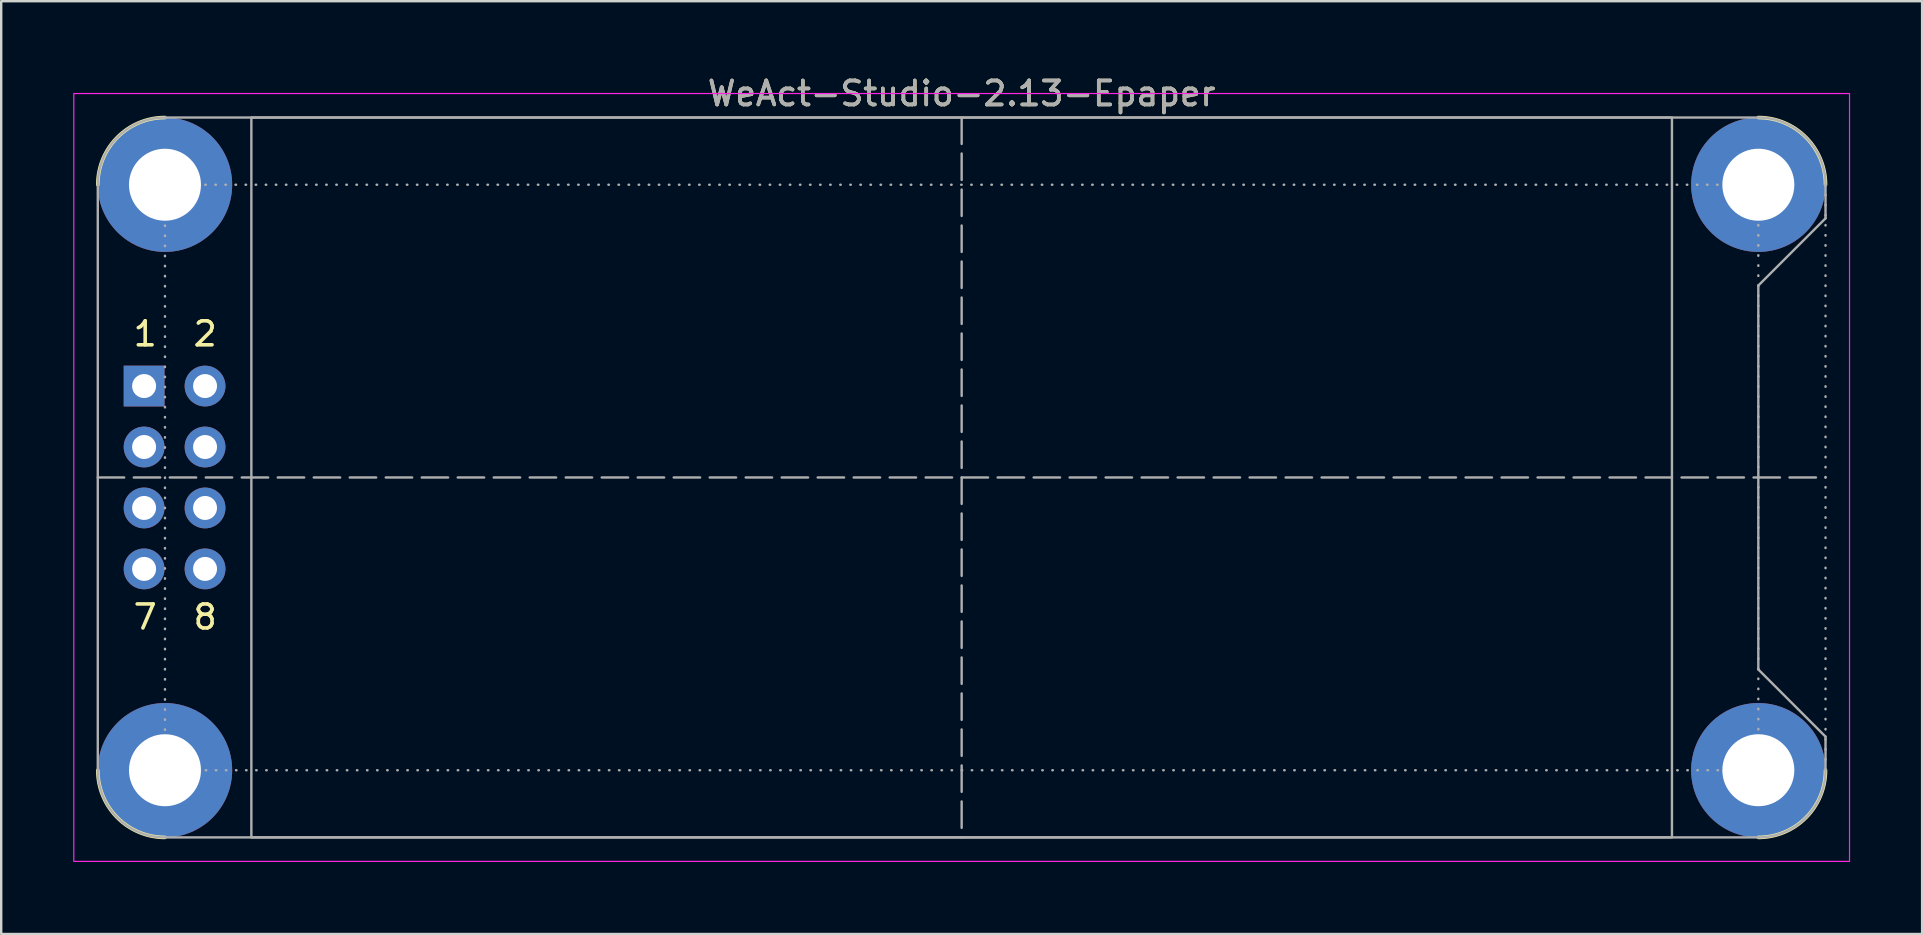
<source format=kicad_pcb>
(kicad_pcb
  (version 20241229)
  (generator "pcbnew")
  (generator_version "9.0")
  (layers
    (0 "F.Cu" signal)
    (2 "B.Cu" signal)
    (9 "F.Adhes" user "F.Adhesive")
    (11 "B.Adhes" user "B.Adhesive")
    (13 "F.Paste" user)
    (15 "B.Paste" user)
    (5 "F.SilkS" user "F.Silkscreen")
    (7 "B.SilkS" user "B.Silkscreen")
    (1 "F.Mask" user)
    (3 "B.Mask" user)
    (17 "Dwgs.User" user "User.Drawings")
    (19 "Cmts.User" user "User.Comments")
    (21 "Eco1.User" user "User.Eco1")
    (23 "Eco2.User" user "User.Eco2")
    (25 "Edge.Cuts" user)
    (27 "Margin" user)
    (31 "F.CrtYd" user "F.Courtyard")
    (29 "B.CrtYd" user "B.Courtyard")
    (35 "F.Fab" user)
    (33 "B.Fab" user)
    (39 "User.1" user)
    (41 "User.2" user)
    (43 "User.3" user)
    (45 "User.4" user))
  (footprint "WeAct-Studio-2.13-Epaper"
    (layer "F.Cu")
    (at 1.025 1.848)
    (property "Reference" "WeAct-Studio-2.13-Epaper" (at 36 -1 0) (unlocked yes) (layer "F.SilkS") (effects (font (size 1 1) (thickness 0.15))))
    (attr through_hole)
    (fp_arc (start 0 2.800001) (mid 0.820101 0.820102) (end 2.8 0.000001) (stroke (width 0.15) (type solid)) (layer "F.SilkS"))
    (fp_arc (start 2.8 30) (mid 0.820101 29.179899) (end 0 27.2) (stroke (width 0.15) (type solid)) (layer "F.SilkS"))
    (fp_arc (start 69.2 0) (mid 71.179899 0.820101) (end 72 2.8) (stroke (width 0.15) (type solid)) (layer "F.SilkS"))
    (fp_arc (start 71.999999 27.2) (mid 71.179898 29.179899) (end 69.199999 30) (stroke (width 0.15) (type solid)) (layer "F.SilkS"))
    (fp_rect (start -1 -1) (end 73 31) (stroke (width 0.05) (type default)) (fill no) (layer "F.CrtYd"))
    (fp_line (start 0 15) (end 72 15) (stroke (width 0.1) (type dash)) (layer "F.Fab"))
    (fp_line (start 0 27.2) (end 0 2.8) (stroke (width 0.1) (type default)) (layer "F.Fab"))
    (fp_line (start 2.8 0) (end 69.2 0) (stroke (width 0.1) (type default)) (layer "F.Fab"))
    (fp_line (start 36 0) (end 36 30) (stroke (width 0.1) (type dash)) (layer "F.Fab"))
    (fp_line (start 69.2 7) (end 69.2 23) (stroke (width 0.1) (type default)) (layer "F.Fab"))
    (fp_line (start 69.2 7) (end 72 4.2) (stroke (width 0.1) (type default)) (layer "F.Fab"))
    (fp_line (start 69.2 23) (end 72 25.8) (stroke (width 0.1) (type default)) (layer "F.Fab"))
    (fp_line (start 69.2 30) (end 2.8 30) (stroke (width 0.1) (type default)) (layer "F.Fab"))
    (fp_line (start 72 2.8) (end 72 4.2) (stroke (width 0.1) (type default)) (layer "F.Fab"))
    (fp_line (start 72 2.8) (end 72 27.2) (stroke (width 0.1) (type dot)) (layer "F.Fab"))
    (fp_line (start 72 25.8) (end 72 27.2) (stroke (width 0.1) (type default)) (layer "F.Fab"))
    (fp_rect (start 2.8 2.8) (end 69.2 27.2) (stroke (width 0.1) (type dot)) (fill no) (layer "F.Fab"))
    (fp_rect (start 6.4 0) (end 65.6 30) (stroke (width 0.1) (type solid)) (fill no) (layer "F.Fab"))
    (fp_arc (start 0 2.8) (mid 0.820101 0.820101) (end 2.8 0) (stroke (width 0.1) (type solid)) (layer "F.Fab"))
    (fp_arc (start 2.8 30) (mid 0.820101 29.179899) (end 0 27.2) (stroke (width 0.1) (type solid)) (layer "F.Fab"))
    (fp_arc (start 69.2 0) (mid 71.179899 0.820101) (end 72 2.8) (stroke (width 0.1) (type solid)) (layer "F.Fab"))
    (fp_arc (start 72 27.2) (mid 71.179899 29.179899) (end 69.2 30) (stroke (width 0.1) (type solid)) (layer "F.Fab"))
    (fp_text user "8" (at 3.9 21.4 0) (unlocked yes) (layer "F.SilkS") (effects (font (size 1 1) (thickness 0.15)) (justify left bottom)))
    (fp_text user "2" (at 3.9 9.6 0) (unlocked yes) (layer "F.SilkS") (effects (font (size 1 1) (thickness 0.15)) (justify left bottom)))
    (fp_text user "1" (at 1.4 9.6 0) (unlocked yes) (layer "F.SilkS") (effects (font (size 1 1) (thickness 0.15)) (justify left bottom)))
    (fp_text user "7" (at 1.4 21.4 0) (unlocked yes) (layer "F.SilkS") (effects (font (size 1 1) (thickness 0.15)) (justify left bottom)))
    (fp_text user "${REFERENCE}" (at 36 -1 0) (unlocked yes) (layer "F.Fab") (effects (font (size 1 1) (thickness 0.15))))
    (pad "" np_thru_hole circle (at 2.8 2.8) (size 5.6 5.6) (drill 3) (layers "*.Cu" "*.Mask"))
    (pad "" np_thru_hole circle (at 2.8 27.2) (size 5.6 5.6) (drill 3) (layers "*.Cu" "*.Mask"))
    (pad "" np_thru_hole circle (at 69.2 2.8) (size 5.6 5.6) (drill 3) (layers "*.Cu" "*.Mask"))
    (pad "" np_thru_hole circle (at 69.2 27.2) (size 5.6 5.6) (drill 3) (layers "*.Cu" "*.Mask"))
    (pad "1" thru_hole rect (at 1.93 11.19) (size 1.7 1.7) (drill 1) (layers "*.Cu" "*.Mask"))
    (pad "2" thru_hole oval (at 4.47 11.19) (size 1.7 1.7) (drill 1) (layers "*.Cu" "*.Mask"))
    (pad "3" thru_hole oval (at 1.93 13.73) (size 1.7 1.7) (drill 1) (layers "*.Cu" "*.Mask"))
    (pad "4" thru_hole oval (at 4.47 13.73) (size 1.7 1.7) (drill 1) (layers "*.Cu" "*.Mask"))
    (pad "5" thru_hole oval (at 1.93 16.27) (size 1.7 1.7) (drill 1) (layers "*.Cu" "*.Mask"))
    (pad "6" thru_hole oval (at 4.47 16.27) (size 1.7 1.7) (drill 1) (layers "*.Cu" "*.Mask"))
    (pad "7" thru_hole oval (at 1.93 18.81) (size 1.7 1.7) (drill 1) (layers "*.Cu" "*.Mask"))
    (pad "8" thru_hole oval (at 4.47 18.81) (size 1.7 1.7) (drill 1) (layers "*.Cu" "*.Mask")))
  (gr_rect
    (start -3 -3)
    (end 77.05 35.873)
    (stroke (width 0.1) (type default))
    (fill no)
    (layer "Edge.Cuts")))
</source>
